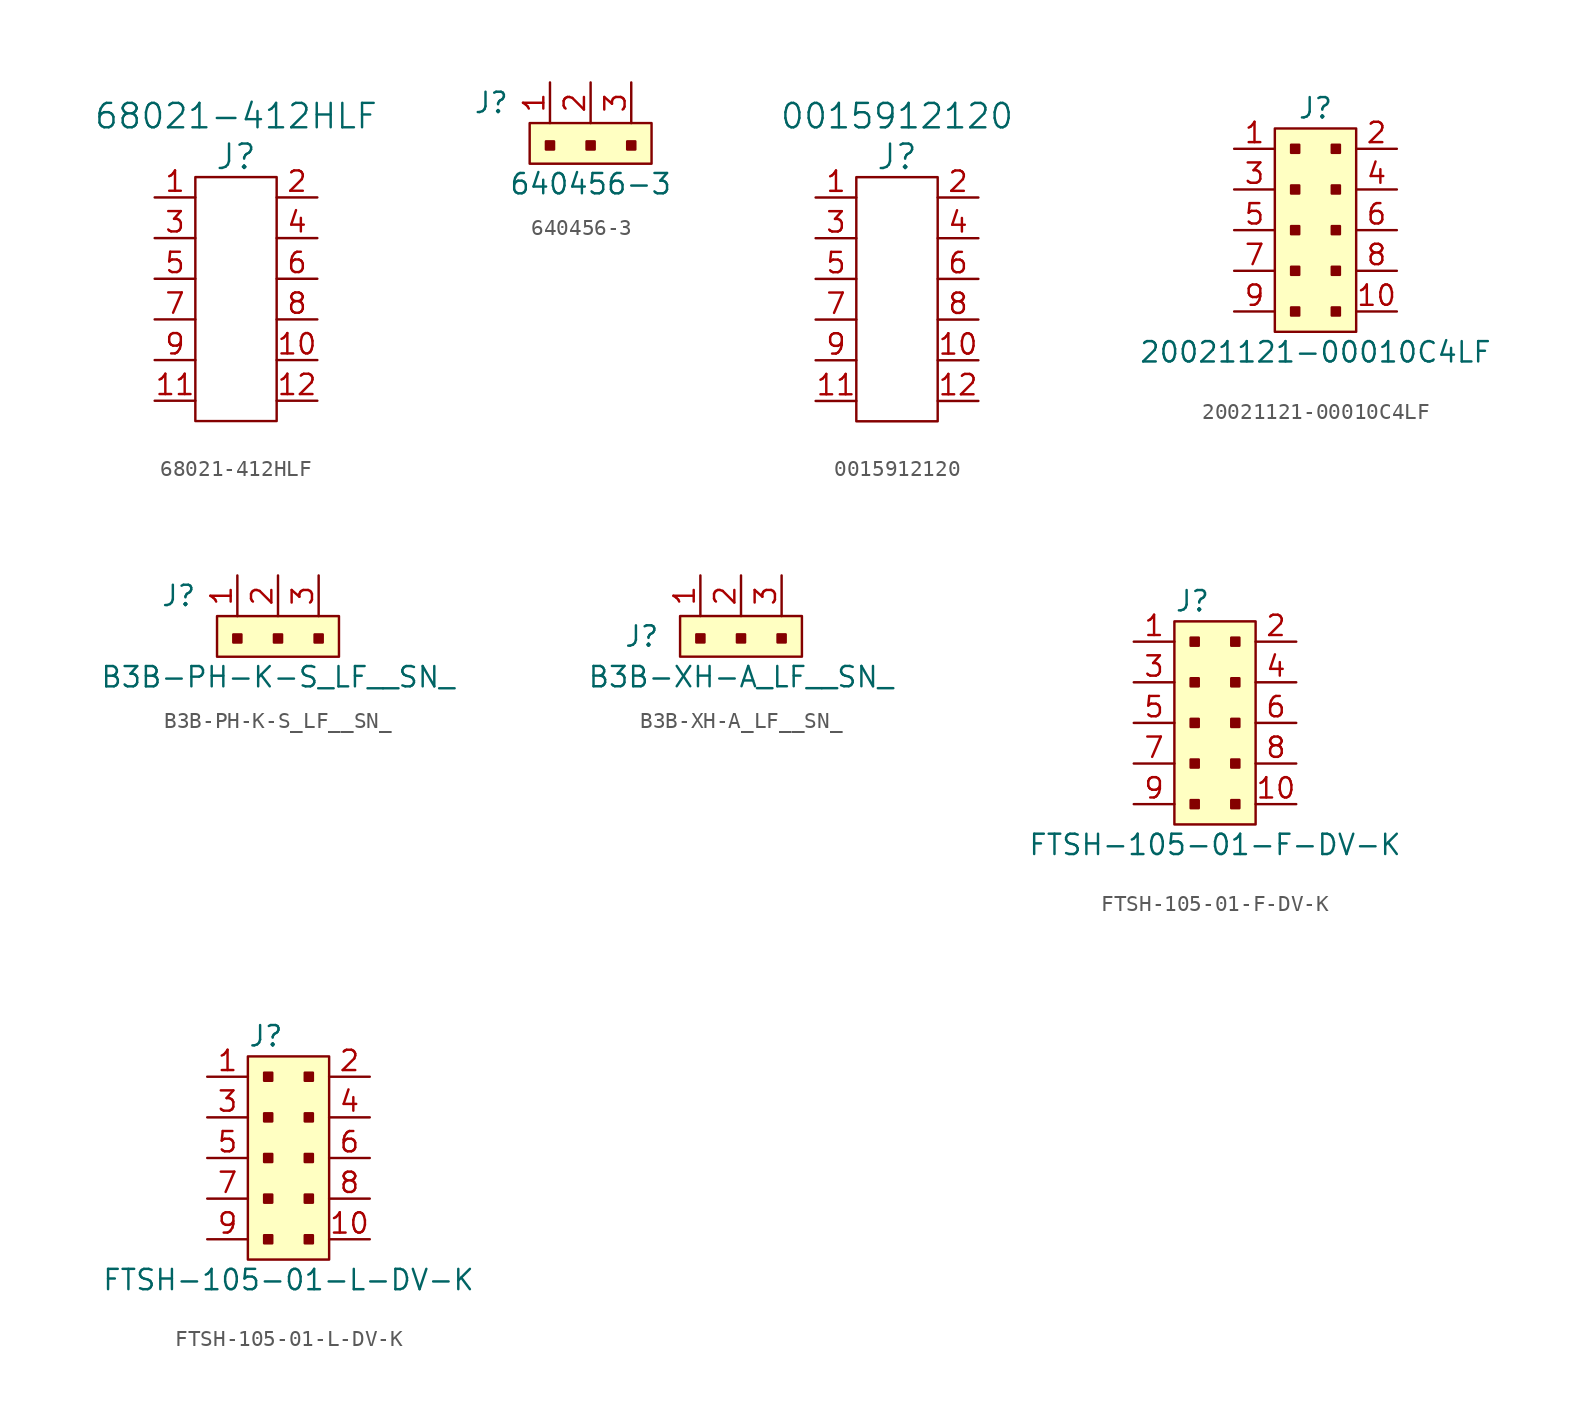
<source format=kicad_sym>
(kicad_symbol_lib
  (version 20220914)
  (generator kicad_symbol_editor)
  (symbol "68021-412HLF"
    (pin_names
      (offset 1.016))
    (property "Reference" "J"
      (at 0 7.62 0)
      (effects (font (size 1.524 1.524))))
    (property "Value" "68021-412HLF"
      (at 0 10.16 0)
      (effects (font (size 1.524 1.524))))
    (symbol "68021-412HLF_0_1"
      (rectangle (start -2.54 6.35) (end 2.54 -8.89) (stroke (width 0) (type solid)) (fill (type none))))
    (symbol "68021-412HLF_1_1"
      (pin passive line (at -5.08 5.08 0) (length 2.54) (name "~" (effects (font (size 1.27 1.27)))) (number "1" (effects (font (size 1.27 1.27)))))
      (pin passive line (at 5.08 -5.08 180) (length 2.54) (name "~" (effects (font (size 1.27 1.27)))) (number "10" (effects (font (size 1.27 1.27)))))
      (pin passive line (at -5.08 -7.62 0) (length 2.54) (name "~" (effects (font (size 1.27 1.27)))) (number "11" (effects (font (size 1.27 1.27)))))
      (pin passive line (at 5.08 -7.62 180) (length 2.54) (name "~" (effects (font (size 1.27 1.27)))) (number "12" (effects (font (size 1.27 1.27)))))
      (pin passive line (at 5.08 5.08 180) (length 2.54) (name "~" (effects (font (size 1.27 1.27)))) (number "2" (effects (font (size 1.27 1.27)))))
      (pin passive line (at -5.08 2.54 0) (length 2.54) (name "~" (effects (font (size 1.27 1.27)))) (number "3" (effects (font (size 1.27 1.27)))))
      (pin passive line (at 5.08 2.54 180) (length 2.54) (name "~" (effects (font (size 1.27 1.27)))) (number "4" (effects (font (size 1.27 1.27)))))
      (pin passive line (at -5.08 0 0) (length 2.54) (name "~" (effects (font (size 1.27 1.27)))) (number "5" (effects (font (size 1.27 1.27)))))
      (pin passive line (at 5.08 0 180) (length 2.54) (name "~" (effects (font (size 1.27 1.27)))) (number "6" (effects (font (size 1.27 1.27)))))
      (pin passive line (at -5.08 -2.54 0) (length 2.54) (name "~" (effects (font (size 1.27 1.27)))) (number "7" (effects (font (size 1.27 1.27)))))
      (pin passive line (at 5.08 -2.54 180) (length 2.54) (name "~" (effects (font (size 1.27 1.27)))) (number "8" (effects (font (size 1.27 1.27)))))
      (pin passive line (at -5.08 -5.08 0) (length 2.54) (name "~" (effects (font (size 1.27 1.27)))) (number "9" (effects (font (size 1.27 1.27)))))))
  (symbol "640456-3"
    (pin_names
      (offset 1.016))
    (property "Reference" "J"
      (at -2.54 1.27 0)
      (effects (font (size 1.27 1.27)) (justify right)))
    (property "Value" "640456-3"
      (at 2.54 -3.81 0)
      (effects (font (size 1.27 1.27))))
    (symbol "640456-3_1_1"
      (rectangle (start -1.27 0) (end 6.35 -2.54) (stroke (width 0) (type solid)) (fill (type background)))
      (rectangle (start -0.254 -1.143) (end 0.254 -1.651) (stroke (width 0) (type solid)) (fill (type outline)))
      (rectangle (start 2.286 -1.143) (end 2.794 -1.651) (stroke (width 0) (type solid)) (fill (type outline)))
      (rectangle (start 4.826 -1.143) (end 5.334 -1.651) (stroke (width 0) (type solid)) (fill (type outline)))
      (pin passive line (at 0 2.54 270) (length 2.54) (name "~" (effects (font (size 1.27 1.27)))) (number "1" (effects (font (size 1.27 1.27)))))
      (pin passive line (at 2.54 2.54 270) (length 2.54) (name "~" (effects (font (size 1.27 1.27)))) (number "2" (effects (font (size 1.27 1.27)))))
      (pin passive line (at 5.08 2.54 270) (length 2.54) (name "~" (effects (font (size 1.27 1.27)))) (number "3" (effects (font (size 1.27 1.27)))))))
  (symbol "0015912120"
    (pin_names
      (offset 1.016))
    (property "Reference" "J"
      (at 0 7.62 0)
      (effects (font (size 1.524 1.524))))
    (property "Value" "0015912120"
      (at 0 10.16 0)
      (effects (font (size 1.524 1.524))))
    (symbol "0015912120_0_1"
      (rectangle (start -2.54 6.35) (end 2.54 -8.89) (stroke (width 0) (type solid)) (fill (type none))))
    (symbol "0015912120_1_1"
      (pin passive line (at -5.08 5.08 0) (length 2.54) (name "~" (effects (font (size 1.27 1.27)))) (number "1" (effects (font (size 1.27 1.27)))))
      (pin passive line (at 5.08 -5.08 180) (length 2.54) (name "~" (effects (font (size 1.27 1.27)))) (number "10" (effects (font (size 1.27 1.27)))))
      (pin passive line (at -5.08 -7.62 0) (length 2.54) (name "~" (effects (font (size 1.27 1.27)))) (number "11" (effects (font (size 1.27 1.27)))))
      (pin passive line (at 5.08 -7.62 180) (length 2.54) (name "~" (effects (font (size 1.27 1.27)))) (number "12" (effects (font (size 1.27 1.27)))))
      (pin passive line (at 5.08 5.08 180) (length 2.54) (name "~" (effects (font (size 1.27 1.27)))) (number "2" (effects (font (size 1.27 1.27)))))
      (pin passive line (at -5.08 2.54 0) (length 2.54) (name "~" (effects (font (size 1.27 1.27)))) (number "3" (effects (font (size 1.27 1.27)))))
      (pin passive line (at 5.08 2.54 180) (length 2.54) (name "~" (effects (font (size 1.27 1.27)))) (number "4" (effects (font (size 1.27 1.27)))))
      (pin passive line (at -5.08 0 0) (length 2.54) (name "~" (effects (font (size 1.27 1.27)))) (number "5" (effects (font (size 1.27 1.27)))))
      (pin passive line (at 5.08 0 180) (length 2.54) (name "~" (effects (font (size 1.27 1.27)))) (number "6" (effects (font (size 1.27 1.27)))))
      (pin passive line (at -5.08 -2.54 0) (length 2.54) (name "~" (effects (font (size 1.27 1.27)))) (number "7" (effects (font (size 1.27 1.27)))))
      (pin passive line (at 5.08 -2.54 180) (length 2.54) (name "~" (effects (font (size 1.27 1.27)))) (number "8" (effects (font (size 1.27 1.27)))))
      (pin passive line (at -5.08 -5.08 0) (length 2.54) (name "~" (effects (font (size 1.27 1.27)))) (number "9" (effects (font (size 1.27 1.27)))))))
  (symbol "20021121-00010C4LF"
    (pin_names
      (offset 1.016))
    (property "Reference" "J"
      (at 0 7.62 0)
      (effects (font (size 1.27 1.27))))
    (property "Value" "20021121-00010C4LF"
      (at 0 -7.62 0)
      (effects (font (size 1.27 1.27))))
    (symbol "20021121-00010C4LF_1_1"
      (rectangle (start -2.54 6.35) (end 2.54 -6.35) (stroke (width 0) (type solid)) (fill (type background)))
      (rectangle (start -1.524 -4.826) (end -1.016 -5.334) (stroke (width 0) (type solid)) (fill (type outline)))
      (rectangle (start -1.524 -2.286) (end -1.016 -2.794) (stroke (width 0) (type solid)) (fill (type outline)))
      (rectangle (start -1.524 0.254) (end -1.016 -0.254) (stroke (width 0) (type solid)) (fill (type outline)))
      (rectangle (start -1.524 2.794) (end -1.016 2.286) (stroke (width 0) (type solid)) (fill (type outline)))
      (rectangle (start -1.524 5.334) (end -1.016 4.826) (stroke (width 0) (type solid)) (fill (type outline)))
      (rectangle (start 1.016 -4.826) (end 1.524 -5.334) (stroke (width 0) (type solid)) (fill (type outline)))
      (rectangle (start 1.016 -2.286) (end 1.524 -2.794) (stroke (width 0) (type solid)) (fill (type outline)))
      (rectangle (start 1.016 0.254) (end 1.524 -0.254) (stroke (width 0) (type solid)) (fill (type outline)))
      (rectangle (start 1.016 2.794) (end 1.524 2.286) (stroke (width 0) (type solid)) (fill (type outline)))
      (rectangle (start 1.016 5.334) (end 1.524 4.826) (stroke (width 0) (type solid)) (fill (type outline)))
      (pin passive line (at -5.08 5.08 0) (length 2.54) (name "~" (effects (font (size 1.27 1.27)))) (number "1" (effects (font (size 1.27 1.27)))))
      (pin passive line (at 5.08 -5.08 180) (length 2.54) (name "~" (effects (font (size 1.27 1.27)))) (number "10" (effects (font (size 1.27 1.27)))))
      (pin passive line (at 5.08 5.08 180) (length 2.54) (name "~" (effects (font (size 1.27 1.27)))) (number "2" (effects (font (size 1.27 1.27)))))
      (pin passive line (at -5.08 2.54 0) (length 2.54) (name "~" (effects (font (size 1.27 1.27)))) (number "3" (effects (font (size 1.27 1.27)))))
      (pin passive line (at 5.08 2.54 180) (length 2.54) (name "~" (effects (font (size 1.27 1.27)))) (number "4" (effects (font (size 1.27 1.27)))))
      (pin passive line (at -5.08 0 0) (length 2.54) (name "~" (effects (font (size 1.27 1.27)))) (number "5" (effects (font (size 1.27 1.27)))))
      (pin passive line (at 5.08 0 180) (length 2.54) (name "~" (effects (font (size 1.27 1.27)))) (number "6" (effects (font (size 1.27 1.27)))))
      (pin passive line (at -5.08 -2.54 0) (length 2.54) (name "~" (effects (font (size 1.27 1.27)))) (number "7" (effects (font (size 1.27 1.27)))))
      (pin passive line (at 5.08 -2.54 180) (length 2.54) (name "~" (effects (font (size 1.27 1.27)))) (number "8" (effects (font (size 1.27 1.27)))))
      (pin passive line (at -5.08 -5.08 0) (length 2.54) (name "~" (effects (font (size 1.27 1.27)))) (number "9" (effects (font (size 1.27 1.27)))))))
  (symbol "B3B-PH-K-S_LF__SN_"
    (pin_names
      (offset 1.016))
    (property "Reference" "J"
      (at -2.54 2.54 0)
      (effects (font (size 1.27 1.27)) (justify right)))
    (property "Value" "B3B-PH-K-S_LF__SN_"
      (at 2.54 -2.54 0)
      (effects (font (size 1.27 1.27))))
    (symbol "B3B-PH-K-S_LF__SN__1_1"
      (rectangle (start -1.27 1.27) (end 6.35 -1.27) (stroke (width 0) (type solid)) (fill (type background)))
      (rectangle (start -0.254 0.127) (end 0.254 -0.381) (stroke (width 0) (type solid)) (fill (type outline)))
      (rectangle (start 2.286 0.127) (end 2.794 -0.381) (stroke (width 0) (type solid)) (fill (type outline)))
      (rectangle (start 4.826 0.127) (end 5.334 -0.381) (stroke (width 0) (type solid)) (fill (type outline)))
      (pin passive line (at 0 3.81 270) (length 2.54) (name "~" (effects (font (size 1.27 1.27)))) (number "1" (effects (font (size 1.27 1.27)))))
      (pin passive line (at 2.54 3.81 270) (length 2.54) (name "~" (effects (font (size 1.27 1.27)))) (number "2" (effects (font (size 1.27 1.27)))))
      (pin passive line (at 5.08 3.81 270) (length 2.54) (name "~" (effects (font (size 1.27 1.27)))) (number "3" (effects (font (size 1.27 1.27)))))))
  (symbol "B3B-XH-A_LF__SN_"
    (pin_names
      (offset 1.016) hide)
    (property "Reference" "J"
      (at -2.54 -1.27 0)
      (effects (font (size 1.27 1.27)) (justify right)))
    (property "Value" "B3B-XH-A_LF__SN_"
      (at 2.54 -3.81 0)
      (effects (font (size 1.27 1.27))))
    (symbol "B3B-XH-A_LF__SN__1_1"
      (rectangle (start -1.27 0) (end 6.35 -2.54) (stroke (width 0) (type solid)) (fill (type background)))
      (rectangle (start -0.254 -1.143) (end 0.254 -1.651) (stroke (width 0) (type solid)) (fill (type outline)))
      (rectangle (start 2.286 -1.143) (end 2.794 -1.651) (stroke (width 0) (type solid)) (fill (type outline)))
      (rectangle (start 4.826 -1.143) (end 5.334 -1.651) (stroke (width 0) (type solid)) (fill (type outline)))
      (pin passive line (at 0 2.54 270) (length 2.54) (name "~" (effects (font (size 1.27 1.27)))) (number "1" (effects (font (size 1.27 1.27)))))
      (pin passive line (at 2.54 2.54 270) (length 2.54) (name "~" (effects (font (size 1.27 1.27)))) (number "2" (effects (font (size 1.27 1.27)))))
      (pin passive line (at 5.08 2.54 270) (length 2.54) (name "~" (effects (font (size 1.27 1.27)))) (number "3" (effects (font (size 1.27 1.27)))))))
  (symbol "FTSH-105-01-F-DV-K"
    (pin_names
      (offset 1.016) hide)
    (property "Reference" "J"
      (at -2.54 7.62 0)
      (effects (font (size 1.27 1.27)) (justify left)))
    (property "Value" "FTSH-105-01-F-DV-K"
      (at 0 -7.62 0)
      (effects (font (size 1.27 1.27))))
    (symbol "FTSH-105-01-F-DV-K_1_1"
      (rectangle (start -2.54 6.35) (end 2.54 -6.35) (stroke (width 0) (type solid)) (fill (type background)))
      (rectangle (start -1.524 -4.826) (end -1.016 -5.334) (stroke (width 0) (type solid)) (fill (type outline)))
      (rectangle (start -1.524 -2.286) (end -1.016 -2.794) (stroke (width 0) (type solid)) (fill (type outline)))
      (rectangle (start -1.524 0.254) (end -1.016 -0.254) (stroke (width 0) (type solid)) (fill (type outline)))
      (rectangle (start -1.524 2.794) (end -1.016 2.286) (stroke (width 0) (type solid)) (fill (type outline)))
      (rectangle (start -1.524 5.334) (end -1.016 4.826) (stroke (width 0) (type solid)) (fill (type outline)))
      (rectangle (start 1.016 -4.826) (end 1.524 -5.334) (stroke (width 0) (type solid)) (fill (type outline)))
      (rectangle (start 1.016 -2.286) (end 1.524 -2.794) (stroke (width 0) (type solid)) (fill (type outline)))
      (rectangle (start 1.016 0.254) (end 1.524 -0.254) (stroke (width 0) (type solid)) (fill (type outline)))
      (rectangle (start 1.016 2.794) (end 1.524 2.286) (stroke (width 0) (type solid)) (fill (type outline)))
      (rectangle (start 1.016 5.334) (end 1.524 4.826) (stroke (width 0) (type solid)) (fill (type outline)))
      (pin passive line (at -5.08 5.08 0) (length 2.54) (name "~" (effects (font (size 1.27 1.27)))) (number "1" (effects (font (size 1.27 1.27)))))
      (pin passive line (at 5.08 -5.08 180) (length 2.54) (name "~" (effects (font (size 1.27 1.27)))) (number "10" (effects (font (size 1.27 1.27)))))
      (pin passive line (at 5.08 5.08 180) (length 2.54) (name "~" (effects (font (size 1.27 1.27)))) (number "2" (effects (font (size 1.27 1.27)))))
      (pin passive line (at -5.08 2.54 0) (length 2.54) (name "~" (effects (font (size 1.27 1.27)))) (number "3" (effects (font (size 1.27 1.27)))))
      (pin passive line (at 5.08 2.54 180) (length 2.54) (name "~" (effects (font (size 1.27 1.27)))) (number "4" (effects (font (size 1.27 1.27)))))
      (pin passive line (at -5.08 0 0) (length 2.54) (name "~" (effects (font (size 1.27 1.27)))) (number "5" (effects (font (size 1.27 1.27)))))
      (pin passive line (at 5.08 0 180) (length 2.54) (name "~" (effects (font (size 1.27 1.27)))) (number "6" (effects (font (size 1.27 1.27)))))
      (pin passive line (at -5.08 -2.54 0) (length 2.54) (name "~" (effects (font (size 1.27 1.27)))) (number "7" (effects (font (size 1.27 1.27)))))
      (pin passive line (at 5.08 -2.54 180) (length 2.54) (name "~" (effects (font (size 1.27 1.27)))) (number "8" (effects (font (size 1.27 1.27)))))
      (pin passive line (at -5.08 -5.08 0) (length 2.54) (name "~" (effects (font (size 1.27 1.27)))) (number "9" (effects (font (size 1.27 1.27)))))))
  (symbol "FTSH-105-01-L-DV-K"
    (pin_names
      (offset 1.016))
    (property "Reference" "J"
      (at -2.54 7.62 0)
      (effects (font (size 1.27 1.27)) (justify left)))
    (property "Value" "FTSH-105-01-L-DV-K"
      (at 0 -7.62 0)
      (effects (font (size 1.27 1.27))))
    (symbol "FTSH-105-01-L-DV-K_1_1"
      (rectangle (start -2.54 6.35) (end 2.54 -6.35) (stroke (width 0) (type solid)) (fill (type background)))
      (rectangle (start -1.524 -4.826) (end -1.016 -5.334) (stroke (width 0) (type solid)) (fill (type outline)))
      (rectangle (start -1.524 -2.286) (end -1.016 -2.794) (stroke (width 0) (type solid)) (fill (type outline)))
      (rectangle (start -1.524 0.254) (end -1.016 -0.254) (stroke (width 0) (type solid)) (fill (type outline)))
      (rectangle (start -1.524 2.794) (end -1.016 2.286) (stroke (width 0) (type solid)) (fill (type outline)))
      (rectangle (start -1.524 5.334) (end -1.016 4.826) (stroke (width 0) (type solid)) (fill (type outline)))
      (rectangle (start 1.016 -4.826) (end 1.524 -5.334) (stroke (width 0) (type solid)) (fill (type outline)))
      (rectangle (start 1.016 -2.286) (end 1.524 -2.794) (stroke (width 0) (type solid)) (fill (type outline)))
      (rectangle (start 1.016 0.254) (end 1.524 -0.254) (stroke (width 0) (type solid)) (fill (type outline)))
      (rectangle (start 1.016 2.794) (end 1.524 2.286) (stroke (width 0) (type solid)) (fill (type outline)))
      (rectangle (start 1.016 5.334) (end 1.524 4.826) (stroke (width 0) (type solid)) (fill (type outline)))
      (pin passive line (at -5.08 5.08 0) (length 2.54) (name "~" (effects (font (size 1.27 1.27)))) (number "1" (effects (font (size 1.27 1.27)))))
      (pin passive line (at 5.08 -5.08 180) (length 2.54) (name "~" (effects (font (size 1.27 1.27)))) (number "10" (effects (font (size 1.27 1.27)))))
      (pin passive line (at 5.08 5.08 180) (length 2.54) (name "~" (effects (font (size 1.27 1.27)))) (number "2" (effects (font (size 1.27 1.27)))))
      (pin passive line (at -5.08 2.54 0) (length 2.54) (name "~" (effects (font (size 1.27 1.27)))) (number "3" (effects (font (size 1.27 1.27)))))
      (pin passive line (at 5.08 2.54 180) (length 2.54) (name "~" (effects (font (size 1.27 1.27)))) (number "4" (effects (font (size 1.27 1.27)))))
      (pin passive line (at -5.08 0 0) (length 2.54) (name "~" (effects (font (size 1.27 1.27)))) (number "5" (effects (font (size 1.27 1.27)))))
      (pin passive line (at 5.08 0 180) (length 2.54) (name "~" (effects (font (size 1.27 1.27)))) (number "6" (effects (font (size 1.27 1.27)))))
      (pin passive line (at -5.08 -2.54 0) (length 2.54) (name "~" (effects (font (size 1.27 1.27)))) (number "7" (effects (font (size 1.27 1.27)))))
      (pin passive line (at 5.08 -2.54 180) (length 2.54) (name "~" (effects (font (size 1.27 1.27)))) (number "8" (effects (font (size 1.27 1.27)))))
      (pin passive line (at -5.08 -5.08 0) (length 2.54) (name "~" (effects (font (size 1.27 1.27)))) (number "9" (effects (font (size 1.27 1.27))))))))
</source>
